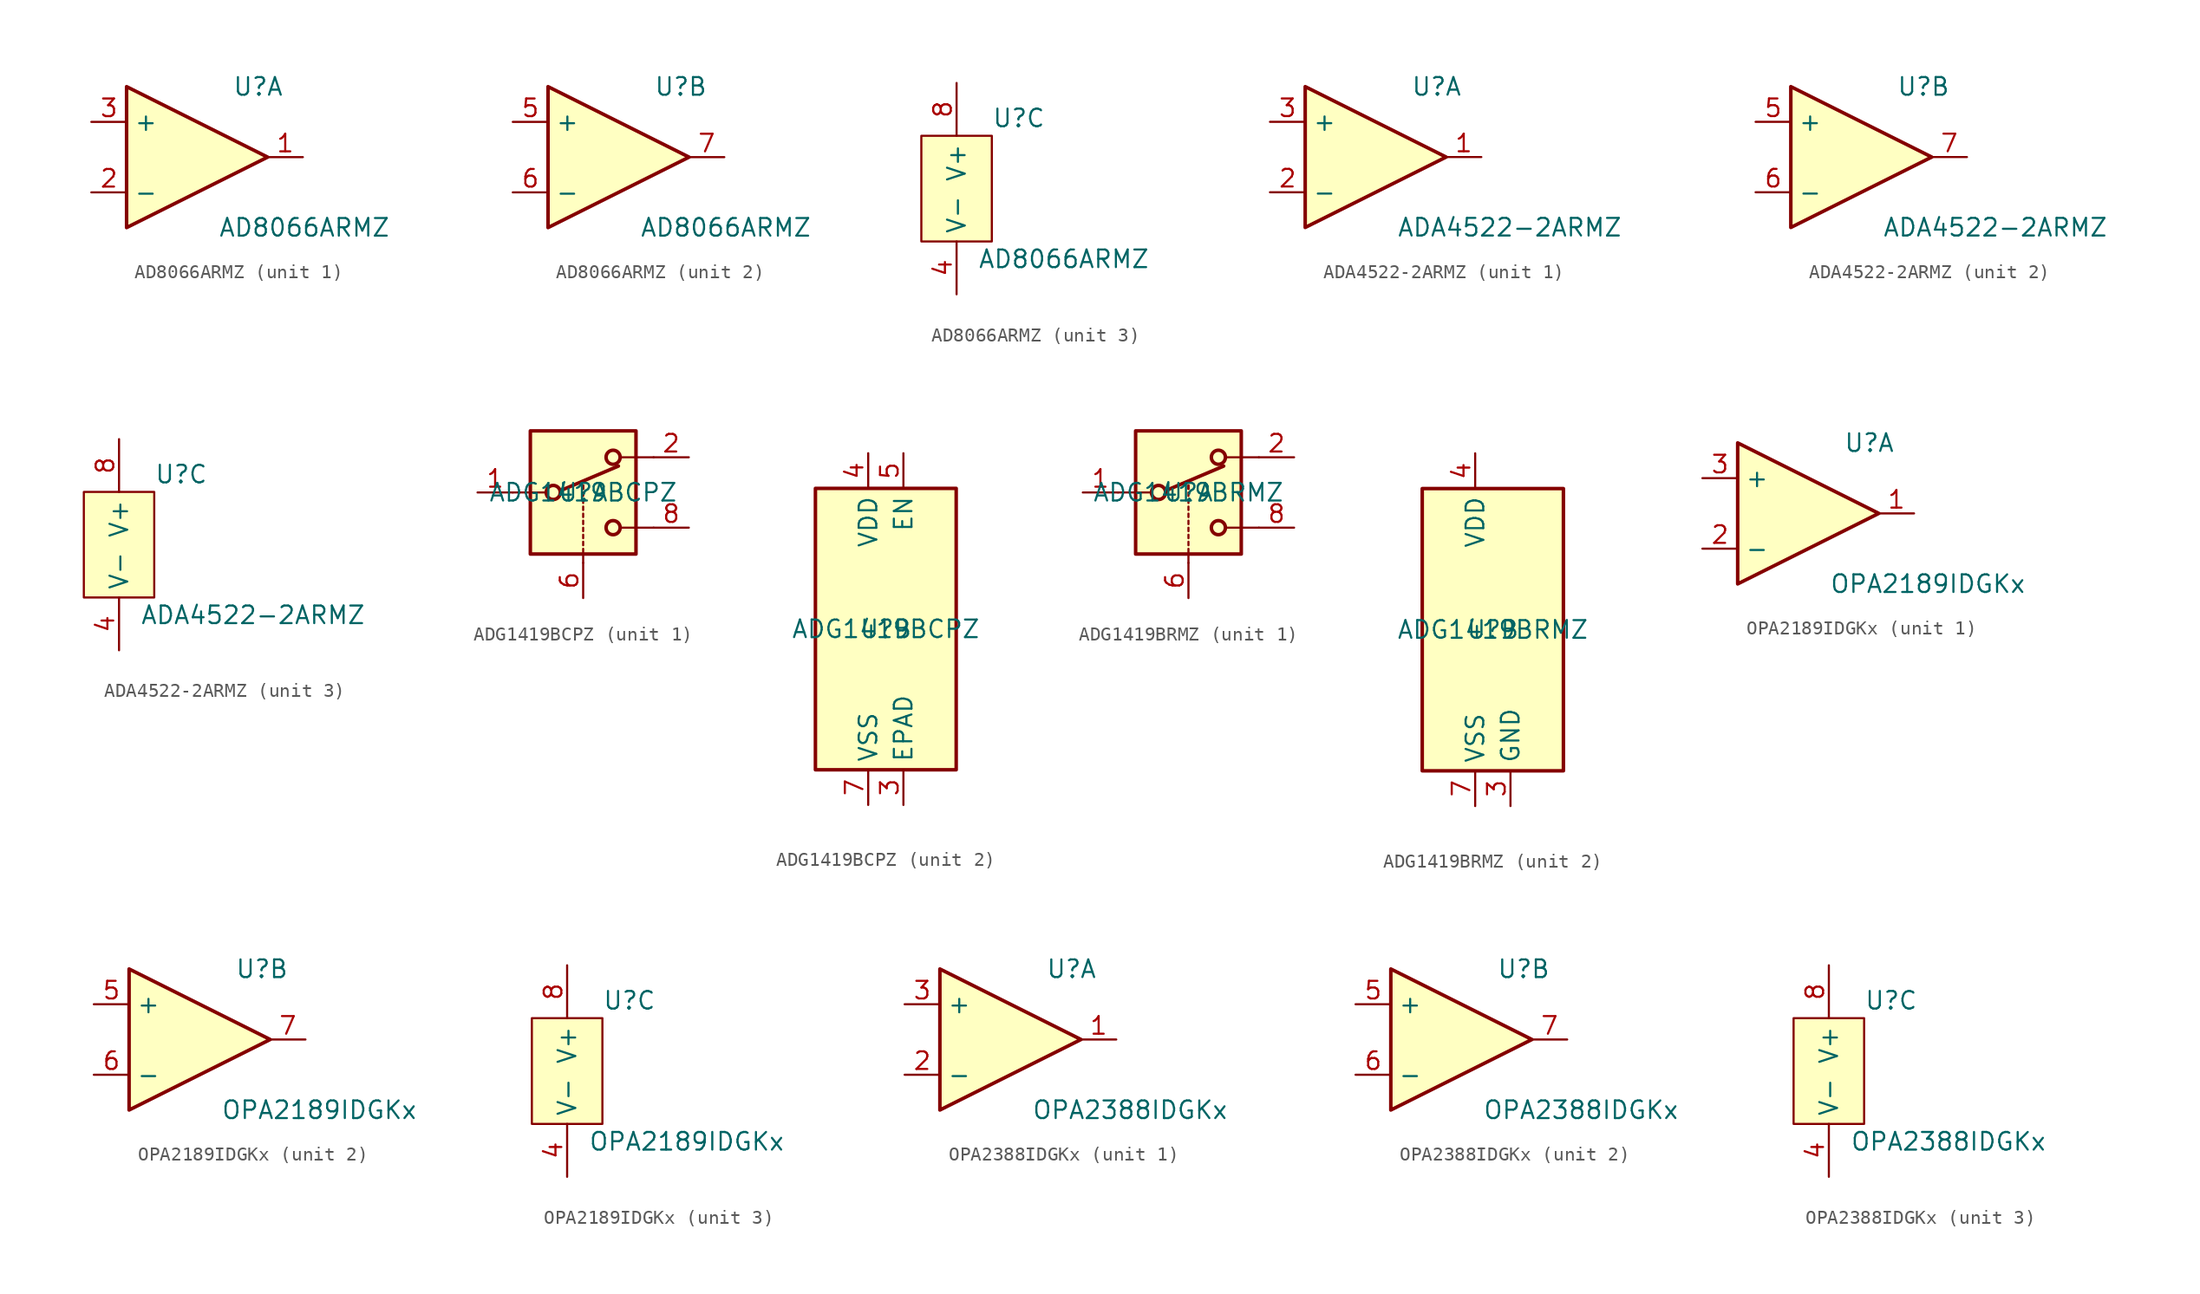
<source format=kicad_sym>
(kicad_symbol_lib
  (version 20241209)
  (generator "kicad_symbol_editor")
  (generator_version "9.0")
  (symbol "AD8066ARMZ"
    (property "Reference" "U"
      (at 2.54 5.08 0)
      (effects (font (size 1.27 1.27)) (justify left)))
    (property "Value" "AD8066ARMZ"
      (at 1.524 -5.08 0)
      (effects (font (size 1.27 1.27)) (justify left)))
    (property "ki_locked" ""
      (at 0 0 0)
      (effects (font (size 1.27 1.27))))
    (symbol "AD8066ARMZ_1_1"
      (polyline (pts (xy -5.08 5.08) (xy 5.08 0) (xy -5.08 -5.08) (xy -5.08 5.08)) (stroke (width 0.254) (type default)) (fill (type background)))
      (pin input line (at -7.62 2.54 0) (length 2.54) (name "+" (effects (font (size 1.27 1.27)))) (number "3" (effects (font (size 1.27 1.27)))))
      (pin input line (at -7.62 -2.54 0) (length 2.54) (name "-" (effects (font (size 1.27 1.27)))) (number "2" (effects (font (size 1.27 1.27)))))
      (pin output line (at 7.62 0 180) (length 2.54) (name "~" (effects (font (size 1.27 1.27)))) (number "1" (effects (font (size 1.27 1.27))))))
    (symbol "AD8066ARMZ_2_1"
      (polyline (pts (xy -5.08 5.08) (xy 5.08 0) (xy -5.08 -5.08) (xy -5.08 5.08)) (stroke (width 0.254) (type default)) (fill (type background)))
      (pin input line (at -7.62 2.54 0) (length 2.54) (name "+" (effects (font (size 1.27 1.27)))) (number "5" (effects (font (size 1.27 1.27)))))
      (pin input line (at -7.62 -2.54 0) (length 2.54) (name "-" (effects (font (size 1.27 1.27)))) (number "6" (effects (font (size 1.27 1.27)))))
      (pin output line (at 7.62 0 180) (length 2.54) (name "~" (effects (font (size 1.27 1.27)))) (number "7" (effects (font (size 1.27 1.27))))))
    (symbol "AD8066ARMZ_3_1"
      (rectangle (start -2.54 3.81) (end 2.54 -3.81) (stroke (width 0) (type solid)) (fill (type color) (color 255 255 194 1)))
      (pin power_in line (at 0 7.62 270) (length 3.81) (name "V+" (effects (font (size 1.27 1.27)))) (number "8" (effects (font (size 1.27 1.27)))))
      (pin power_in line (at 0 -7.62 90) (length 3.81) (name "V-" (effects (font (size 1.27 1.27)))) (number "4" (effects (font (size 1.27 1.27)))))))
  (symbol "ADA4522-2ARMZ"
    (property "Reference" "U"
      (at 2.54 5.08 0)
      (effects (font (size 1.27 1.27)) (justify left)))
    (property "Value" "ADA4522-2ARMZ"
      (at 1.524 -5.08 0)
      (effects (font (size 1.27 1.27)) (justify left)))
    (property "ki_locked" ""
      (at 0 0 0)
      (effects (font (size 1.27 1.27))))
    (symbol "ADA4522-2ARMZ_1_1"
      (polyline (pts (xy -5.08 5.08) (xy 5.08 0) (xy -5.08 -5.08) (xy -5.08 5.08)) (stroke (width 0.254) (type default)) (fill (type background)))
      (pin input line (at -7.62 2.54 0) (length 2.54) (name "+" (effects (font (size 1.27 1.27)))) (number "3" (effects (font (size 1.27 1.27)))))
      (pin input line (at -7.62 -2.54 0) (length 2.54) (name "-" (effects (font (size 1.27 1.27)))) (number "2" (effects (font (size 1.27 1.27)))))
      (pin output line (at 7.62 0 180) (length 2.54) (name "~" (effects (font (size 1.27 1.27)))) (number "1" (effects (font (size 1.27 1.27))))))
    (symbol "ADA4522-2ARMZ_2_1"
      (polyline (pts (xy -5.08 5.08) (xy 5.08 0) (xy -5.08 -5.08) (xy -5.08 5.08)) (stroke (width 0.254) (type default)) (fill (type background)))
      (pin input line (at -7.62 2.54 0) (length 2.54) (name "+" (effects (font (size 1.27 1.27)))) (number "5" (effects (font (size 1.27 1.27)))))
      (pin input line (at -7.62 -2.54 0) (length 2.54) (name "-" (effects (font (size 1.27 1.27)))) (number "6" (effects (font (size 1.27 1.27)))))
      (pin output line (at 7.62 0 180) (length 2.54) (name "~" (effects (font (size 1.27 1.27)))) (number "7" (effects (font (size 1.27 1.27))))))
    (symbol "ADA4522-2ARMZ_3_1"
      (rectangle (start -2.54 3.81) (end 2.54 -3.81) (stroke (width 0) (type solid)) (fill (type color) (color 255 255 194 1)))
      (pin power_in line (at 0 7.62 270) (length 3.81) (name "V+" (effects (font (size 1.27 1.27)))) (number "8" (effects (font (size 1.27 1.27)))))
      (pin power_in line (at 0 -7.62 90) (length 3.81) (name "V-" (effects (font (size 1.27 1.27)))) (number "4" (effects (font (size 1.27 1.27)))))))
  (symbol "ADG1419BCPZ"
    (property "Reference" "U"
      (at 0 0 0)
      (effects (font (size 1.27 1.27))))
    (property "Value" "ADG1419BCPZ"
      (at 0 0 0)
      (effects (font (size 1.27 1.27))))
    (symbol "ADG1419BCPZ_1_1"
      (polyline (pts (xy -5.08 0) (xy -2.794 0)) (stroke (width 0) (type default)) (fill (type none)))
      (rectangle (start -3.81 4.445) (end 3.81 -4.445) (stroke (width 0.254) (type default)) (fill (type background)))
      (circle (center -2.159 0) (radius 0.508) (stroke (width 0.254) (type default)) (fill (type none)))
      (polyline (pts (xy -1.651 0.127) (xy 2.54 1.905)) (stroke (width 0.254) (type default)) (fill (type none)))
      (polyline (pts (xy 0 0.254) (xy 0 0.508)) (stroke (width 0) (type default)) (fill (type none)))
      (polyline (pts (xy 0 0.254) (xy 0 0.508)) (stroke (width 0) (type default)) (fill (type none)))
      (polyline (pts (xy 0 -0.254) (xy 0 0)) (stroke (width 0) (type default)) (fill (type none)))
      (polyline (pts (xy 0 -0.762) (xy 0 -0.508)) (stroke (width 0) (type default)) (fill (type none)))
      (polyline (pts (xy 0 -1.27) (xy 0 -1.016)) (stroke (width 0) (type default)) (fill (type none)))
      (polyline (pts (xy 0 -1.778) (xy 0 -1.524)) (stroke (width 0) (type default)) (fill (type none)))
      (polyline (pts (xy 0 -2.286) (xy 0 -2.032)) (stroke (width 0) (type default)) (fill (type none)))
      (polyline (pts (xy 0 -2.794) (xy 0 -2.54)) (stroke (width 0) (type default)) (fill (type none)))
      (polyline (pts (xy 0 -3.302) (xy 0 -3.048)) (stroke (width 0) (type default)) (fill (type none)))
      (polyline (pts (xy 0 -3.81) (xy 0 -3.556)) (stroke (width 0) (type default)) (fill (type none)))
      (polyline (pts (xy 0 -4.318) (xy 0 -4.064)) (stroke (width 0) (type default)) (fill (type none)))
      (polyline (pts (xy 0 -5.08) (xy 0 -4.572)) (stroke (width 0) (type default)) (fill (type none)))
      (circle (center 2.159 2.54) (radius 0.508) (stroke (width 0.254) (type default)) (fill (type none)))
      (circle (center 2.159 -2.54) (radius 0.508) (stroke (width 0.254) (type default)) (fill (type none)))
      (polyline (pts (xy 5.08 2.54) (xy 2.794 2.54)) (stroke (width 0) (type default)) (fill (type none)))
      (polyline (pts (xy 5.08 -2.54) (xy 2.794 -2.54)) (stroke (width 0) (type default)) (fill (type none)))
      (pin passive line (at -7.62 0 0) (length 2.54) (name "~" (effects (font (size 1.27 1.27)))) (number "1" (effects (font (size 1.27 1.27)))))
      (pin input line (at 0 -7.62 90) (length 2.54) (name "~" (effects (font (size 1.27 1.27)))) (number "6" (effects (font (size 1.27 1.27)))))
      (pin passive line (at 7.62 2.54 180) (length 2.54) (name "~" (effects (font (size 1.27 1.27)))) (number "2" (effects (font (size 1.27 1.27)))))
      (pin passive line (at 7.62 -2.54 180) (length 2.54) (name "~" (effects (font (size 1.27 1.27)))) (number "8" (effects (font (size 1.27 1.27))))))
    (symbol "ADG1419BCPZ_2_0"
      (pin power_in line (at -1.27 12.7 270) (length 2.54) (name "VDD" (effects (font (size 1.27 1.27)))) (number "4" (effects (font (size 1.27 1.27)))))
      (pin power_in line (at -1.27 -12.7 90) (length 2.54) (name "VSS" (effects (font (size 1.27 1.27)))) (number "7" (effects (font (size 1.27 1.27)))))
      (pin input line (at 1.27 12.7 270) (length 2.54) (name "EN" (effects (font (size 1.27 1.27)))) (number "5" (effects (font (size 1.27 1.27)))))
      (pin power_in line (at 1.27 -12.7 90) (length 2.54) (name "EPAD" (effects (font (size 1.27 1.27)))) (number "3" (effects (font (size 1.27 1.27))))))
    (symbol "ADG1419BCPZ_2_1"
      (rectangle (start -5.08 10.16) (end 5.08 -10.16) (stroke (width 0.254) (type default)) (fill (type background)))))
  (symbol "ADG1419BRMZ"
    (property "Reference" "U"
      (at 0 0 0)
      (effects (font (size 1.27 1.27))))
    (property "Value" "ADG1419BRMZ"
      (at 0 0 0)
      (effects (font (size 1.27 1.27))))
    (symbol "ADG1419BRMZ_1_1"
      (polyline (pts (xy -5.08 0) (xy -2.794 0)) (stroke (width 0) (type default)) (fill (type none)))
      (rectangle (start -3.81 4.445) (end 3.81 -4.445) (stroke (width 0.254) (type default)) (fill (type background)))
      (circle (center -2.159 0) (radius 0.508) (stroke (width 0.254) (type default)) (fill (type none)))
      (polyline (pts (xy -1.651 0.127) (xy 2.54 1.905)) (stroke (width 0.254) (type default)) (fill (type none)))
      (polyline (pts (xy 0 0.254) (xy 0 0.508)) (stroke (width 0) (type default)) (fill (type none)))
      (polyline (pts (xy 0 0.254) (xy 0 0.508)) (stroke (width 0) (type default)) (fill (type none)))
      (polyline (pts (xy 0 -0.254) (xy 0 0)) (stroke (width 0) (type default)) (fill (type none)))
      (polyline (pts (xy 0 -0.762) (xy 0 -0.508)) (stroke (width 0) (type default)) (fill (type none)))
      (polyline (pts (xy 0 -1.27) (xy 0 -1.016)) (stroke (width 0) (type default)) (fill (type none)))
      (polyline (pts (xy 0 -1.778) (xy 0 -1.524)) (stroke (width 0) (type default)) (fill (type none)))
      (polyline (pts (xy 0 -2.286) (xy 0 -2.032)) (stroke (width 0) (type default)) (fill (type none)))
      (polyline (pts (xy 0 -2.794) (xy 0 -2.54)) (stroke (width 0) (type default)) (fill (type none)))
      (polyline (pts (xy 0 -3.302) (xy 0 -3.048)) (stroke (width 0) (type default)) (fill (type none)))
      (polyline (pts (xy 0 -3.81) (xy 0 -3.556)) (stroke (width 0) (type default)) (fill (type none)))
      (polyline (pts (xy 0 -4.318) (xy 0 -4.064)) (stroke (width 0) (type default)) (fill (type none)))
      (polyline (pts (xy 0 -5.08) (xy 0 -4.572)) (stroke (width 0) (type default)) (fill (type none)))
      (circle (center 2.159 2.54) (radius 0.508) (stroke (width 0.254) (type default)) (fill (type none)))
      (circle (center 2.159 -2.54) (radius 0.508) (stroke (width 0.254) (type default)) (fill (type none)))
      (polyline (pts (xy 5.08 2.54) (xy 2.794 2.54)) (stroke (width 0) (type default)) (fill (type none)))
      (polyline (pts (xy 5.08 -2.54) (xy 2.794 -2.54)) (stroke (width 0) (type default)) (fill (type none)))
      (pin passive line (at -7.62 0 0) (length 2.54) (name "~" (effects (font (size 1.27 1.27)))) (number "1" (effects (font (size 1.27 1.27)))))
      (pin input line (at 0 -7.62 90) (length 2.54) (name "~" (effects (font (size 1.27 1.27)))) (number "6" (effects (font (size 1.27 1.27)))))
      (pin passive line (at 7.62 2.54 180) (length 2.54) (name "~" (effects (font (size 1.27 1.27)))) (number "2" (effects (font (size 1.27 1.27)))))
      (pin passive line (at 7.62 -2.54 180) (length 2.54) (name "~" (effects (font (size 1.27 1.27)))) (number "8" (effects (font (size 1.27 1.27))))))
    (symbol "ADG1419BRMZ_2_0"
      (pin power_in line (at -1.27 12.7 270) (length 2.54) (name "VDD" (effects (font (size 1.27 1.27)))) (number "4" (effects (font (size 1.27 1.27)))))
      (pin power_in line (at -1.27 -12.7 90) (length 2.54) (name "VSS" (effects (font (size 1.27 1.27)))) (number "7" (effects (font (size 1.27 1.27)))))
      (pin no_connect non_logic (at 1.27 12.7 270) (length 2.54) (hide yes) (name "NC" (effects (font (size 1.27 1.27)))) (number "5" (effects (font (size 1.27 1.27)))))
      (pin power_in line (at 1.27 -12.7 90) (length 2.54) (name "GND" (effects (font (size 1.27 1.27)))) (number "3" (effects (font (size 1.27 1.27))))))
    (symbol "ADG1419BRMZ_2_1"
      (rectangle (start -5.08 10.16) (end 5.08 -10.16) (stroke (width 0.254) (type default)) (fill (type background)))))
  (symbol "OPA2189IDGKx"
    (property "Reference" "U"
      (at 2.54 5.08 0)
      (effects (font (size 1.27 1.27)) (justify left)))
    (property "Value" "OPA2189IDGKx"
      (at 1.524 -5.08 0)
      (effects (font (size 1.27 1.27)) (justify left)))
    (property "ki_locked" ""
      (at 0 0 0)
      (effects (font (size 1.27 1.27))))
    (symbol "OPA2189IDGKx_1_1"
      (polyline (pts (xy -5.08 5.08) (xy 5.08 0) (xy -5.08 -5.08) (xy -5.08 5.08)) (stroke (width 0.254) (type default)) (fill (type background)))
      (pin input line (at -7.62 2.54 0) (length 2.54) (name "+" (effects (font (size 1.27 1.27)))) (number "3" (effects (font (size 1.27 1.27)))))
      (pin input line (at -7.62 -2.54 0) (length 2.54) (name "-" (effects (font (size 1.27 1.27)))) (number "2" (effects (font (size 1.27 1.27)))))
      (pin output line (at 7.62 0 180) (length 2.54) (name "~" (effects (font (size 1.27 1.27)))) (number "1" (effects (font (size 1.27 1.27))))))
    (symbol "OPA2189IDGKx_2_1"
      (polyline (pts (xy -5.08 5.08) (xy 5.08 0) (xy -5.08 -5.08) (xy -5.08 5.08)) (stroke (width 0.254) (type default)) (fill (type background)))
      (pin input line (at -7.62 2.54 0) (length 2.54) (name "+" (effects (font (size 1.27 1.27)))) (number "5" (effects (font (size 1.27 1.27)))))
      (pin input line (at -7.62 -2.54 0) (length 2.54) (name "-" (effects (font (size 1.27 1.27)))) (number "6" (effects (font (size 1.27 1.27)))))
      (pin output line (at 7.62 0 180) (length 2.54) (name "~" (effects (font (size 1.27 1.27)))) (number "7" (effects (font (size 1.27 1.27))))))
    (symbol "OPA2189IDGKx_3_1"
      (rectangle (start -2.54 3.81) (end 2.54 -3.81) (stroke (width 0) (type solid)) (fill (type color) (color 255 255 194 1)))
      (pin power_in line (at 0 7.62 270) (length 3.81) (name "V+" (effects (font (size 1.27 1.27)))) (number "8" (effects (font (size 1.27 1.27)))))
      (pin power_in line (at 0 -7.62 90) (length 3.81) (name "V-" (effects (font (size 1.27 1.27)))) (number "4" (effects (font (size 1.27 1.27)))))))
  (symbol "OPA2388IDGKx"
    (property "Reference" "U"
      (at 2.54 5.08 0)
      (effects (font (size 1.27 1.27)) (justify left)))
    (property "Value" "OPA2388IDGKx"
      (at 1.524 -5.08 0)
      (effects (font (size 1.27 1.27)) (justify left)))
    (property "ki_locked" ""
      (at 0 0 0)
      (effects (font (size 1.27 1.27))))
    (symbol "OPA2388IDGKx_1_1"
      (polyline (pts (xy -5.08 5.08) (xy 5.08 0) (xy -5.08 -5.08) (xy -5.08 5.08)) (stroke (width 0.254) (type default)) (fill (type background)))
      (pin input line (at -7.62 2.54 0) (length 2.54) (name "+" (effects (font (size 1.27 1.27)))) (number "3" (effects (font (size 1.27 1.27)))))
      (pin input line (at -7.62 -2.54 0) (length 2.54) (name "-" (effects (font (size 1.27 1.27)))) (number "2" (effects (font (size 1.27 1.27)))))
      (pin output line (at 7.62 0 180) (length 2.54) (name "~" (effects (font (size 1.27 1.27)))) (number "1" (effects (font (size 1.27 1.27))))))
    (symbol "OPA2388IDGKx_2_1"
      (polyline (pts (xy -5.08 5.08) (xy 5.08 0) (xy -5.08 -5.08) (xy -5.08 5.08)) (stroke (width 0.254) (type default)) (fill (type background)))
      (pin input line (at -7.62 2.54 0) (length 2.54) (name "+" (effects (font (size 1.27 1.27)))) (number "5" (effects (font (size 1.27 1.27)))))
      (pin input line (at -7.62 -2.54 0) (length 2.54) (name "-" (effects (font (size 1.27 1.27)))) (number "6" (effects (font (size 1.27 1.27)))))
      (pin output line (at 7.62 0 180) (length 2.54) (name "~" (effects (font (size 1.27 1.27)))) (number "7" (effects (font (size 1.27 1.27))))))
    (symbol "OPA2388IDGKx_3_1"
      (rectangle (start -2.54 3.81) (end 2.54 -3.81) (stroke (width 0) (type solid)) (fill (type color) (color 255 255 194 1)))
      (pin power_in line (at 0 7.62 270) (length 3.81) (name "V+" (effects (font (size 1.27 1.27)))) (number "8" (effects (font (size 1.27 1.27)))))
      (pin power_in line (at 0 -7.62 90) (length 3.81) (name "V-" (effects (font (size 1.27 1.27)))) (number "4" (effects (font (size 1.27 1.27))))))))
</source>
